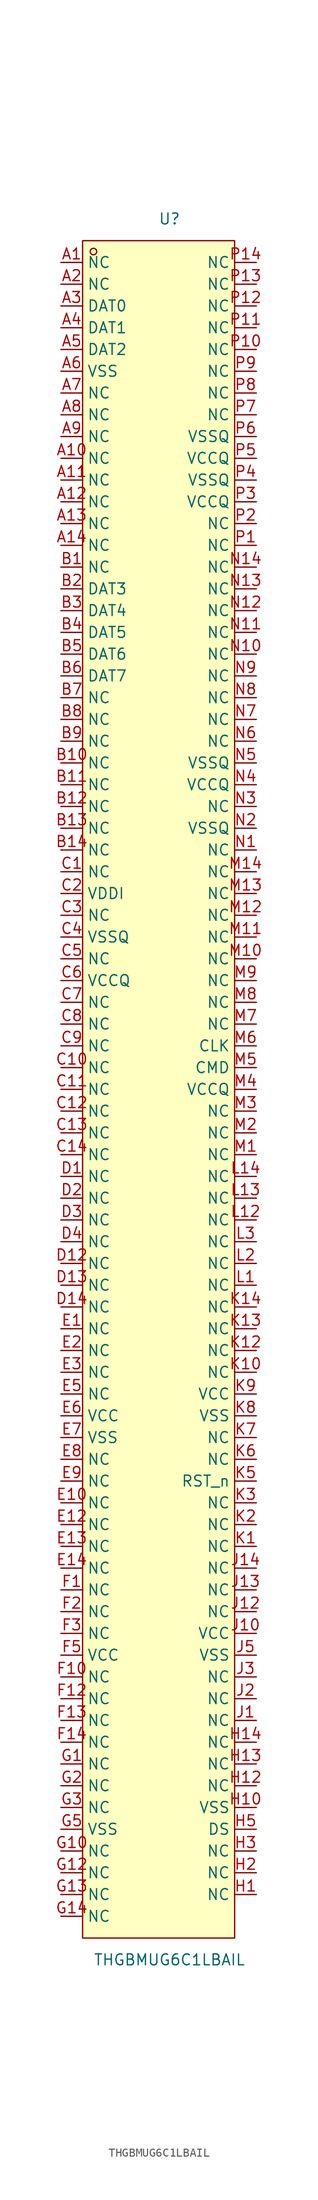
<source format=kicad_sym>
(kicad_symbol_lib
  (version 20211014)
  (generator https://github.com/uPesy/easyeda2kicad.py)
  (symbol "THGBMUG6C1LBAIL"
    (property "Reference" "U"
      (at 0 101.60 0)
      (effects (font (size 1.27 1.27))))
    (property "Value" "THGBMUG6C1LBAIL"
      (at 0 -101.60 0)
      (effects (font (size 1.27 1.27))))
    (symbol "THGBMUG6C1LBAIL_0_1"
      (rectangle (start -10.16 99.06) (end 7.62 -99.06) (stroke (width 0) (type default) (color 0 0 0 0)) (fill (type background)))
      (circle (center -8.89 97.79) (radius 0.38) (stroke (width 0) (type default) (color 0 0 0 0)) (fill (type none)))
      (pin unspecified line (at 10.16 96.52 180) (length 2.54) (name "NC" (effects (font (size 1.27 1.27)))) (number "P14" (effects (font (size 1.27 1.27)))))
      (pin unspecified line (at 10.16 93.98 180) (length 2.54) (name "NC" (effects (font (size 1.27 1.27)))) (number "P13" (effects (font (size 1.27 1.27)))))
      (pin unspecified line (at 10.16 91.44 180) (length 2.54) (name "NC" (effects (font (size 1.27 1.27)))) (number "P12" (effects (font (size 1.27 1.27)))))
      (pin unspecified line (at 10.16 88.90 180) (length 2.54) (name "NC" (effects (font (size 1.27 1.27)))) (number "P11" (effects (font (size 1.27 1.27)))))
      (pin unspecified line (at 10.16 86.36 180) (length 2.54) (name "NC" (effects (font (size 1.27 1.27)))) (number "P10" (effects (font (size 1.27 1.27)))))
      (pin unspecified line (at 10.16 83.82 180) (length 2.54) (name "NC" (effects (font (size 1.27 1.27)))) (number "P9" (effects (font (size 1.27 1.27)))))
      (pin unspecified line (at 10.16 81.28 180) (length 2.54) (name "NC" (effects (font (size 1.27 1.27)))) (number "P8" (effects (font (size 1.27 1.27)))))
      (pin unspecified line (at 10.16 78.74 180) (length 2.54) (name "NC" (effects (font (size 1.27 1.27)))) (number "P7" (effects (font (size 1.27 1.27)))))
      (pin unspecified line (at 10.16 76.20 180) (length 2.54) (name "VSSQ" (effects (font (size 1.27 1.27)))) (number "P6" (effects (font (size 1.27 1.27)))))
      (pin unspecified line (at 10.16 73.66 180) (length 2.54) (name "VCCQ" (effects (font (size 1.27 1.27)))) (number "P5" (effects (font (size 1.27 1.27)))))
      (pin unspecified line (at 10.16 71.12 180) (length 2.54) (name "VSSQ" (effects (font (size 1.27 1.27)))) (number "P4" (effects (font (size 1.27 1.27)))))
      (pin unspecified line (at 10.16 68.58 180) (length 2.54) (name "VCCQ" (effects (font (size 1.27 1.27)))) (number "P3" (effects (font (size 1.27 1.27)))))
      (pin unspecified line (at 10.16 66.04 180) (length 2.54) (name "NC" (effects (font (size 1.27 1.27)))) (number "P2" (effects (font (size 1.27 1.27)))))
      (pin unspecified line (at 10.16 63.50 180) (length 2.54) (name "NC" (effects (font (size 1.27 1.27)))) (number "P1" (effects (font (size 1.27 1.27)))))
      (pin unspecified line (at 10.16 60.96 180) (length 2.54) (name "NC" (effects (font (size 1.27 1.27)))) (number "N14" (effects (font (size 1.27 1.27)))))
      (pin unspecified line (at 10.16 58.42 180) (length 2.54) (name "NC" (effects (font (size 1.27 1.27)))) (number "N13" (effects (font (size 1.27 1.27)))))
      (pin unspecified line (at 10.16 55.88 180) (length 2.54) (name "NC" (effects (font (size 1.27 1.27)))) (number "N12" (effects (font (size 1.27 1.27)))))
      (pin unspecified line (at 10.16 53.34 180) (length 2.54) (name "NC" (effects (font (size 1.27 1.27)))) (number "N11" (effects (font (size 1.27 1.27)))))
      (pin unspecified line (at 10.16 50.80 180) (length 2.54) (name "NC" (effects (font (size 1.27 1.27)))) (number "N10" (effects (font (size 1.27 1.27)))))
      (pin unspecified line (at 10.16 48.26 180) (length 2.54) (name "NC" (effects (font (size 1.27 1.27)))) (number "N9" (effects (font (size 1.27 1.27)))))
      (pin unspecified line (at 10.16 45.72 180) (length 2.54) (name "NC" (effects (font (size 1.27 1.27)))) (number "N8" (effects (font (size 1.27 1.27)))))
      (pin unspecified line (at 10.16 43.18 180) (length 2.54) (name "NC" (effects (font (size 1.27 1.27)))) (number "N7" (effects (font (size 1.27 1.27)))))
      (pin unspecified line (at 10.16 40.64 180) (length 2.54) (name "NC" (effects (font (size 1.27 1.27)))) (number "N6" (effects (font (size 1.27 1.27)))))
      (pin unspecified line (at 10.16 38.10 180) (length 2.54) (name "VSSQ" (effects (font (size 1.27 1.27)))) (number "N5" (effects (font (size 1.27 1.27)))))
      (pin unspecified line (at 10.16 35.56 180) (length 2.54) (name "VCCQ" (effects (font (size 1.27 1.27)))) (number "N4" (effects (font (size 1.27 1.27)))))
      (pin unspecified line (at 10.16 33.02 180) (length 2.54) (name "NC" (effects (font (size 1.27 1.27)))) (number "N3" (effects (font (size 1.27 1.27)))))
      (pin unspecified line (at 10.16 30.48 180) (length 2.54) (name "VSSQ" (effects (font (size 1.27 1.27)))) (number "N2" (effects (font (size 1.27 1.27)))))
      (pin unspecified line (at 10.16 27.94 180) (length 2.54) (name "NC" (effects (font (size 1.27 1.27)))) (number "N1" (effects (font (size 1.27 1.27)))))
      (pin unspecified line (at 10.16 25.40 180) (length 2.54) (name "NC" (effects (font (size 1.27 1.27)))) (number "M14" (effects (font (size 1.27 1.27)))))
      (pin unspecified line (at 10.16 22.86 180) (length 2.54) (name "NC" (effects (font (size 1.27 1.27)))) (number "M13" (effects (font (size 1.27 1.27)))))
      (pin unspecified line (at 10.16 20.32 180) (length 2.54) (name "NC" (effects (font (size 1.27 1.27)))) (number "M12" (effects (font (size 1.27 1.27)))))
      (pin unspecified line (at 10.16 17.78 180) (length 2.54) (name "NC" (effects (font (size 1.27 1.27)))) (number "M11" (effects (font (size 1.27 1.27)))))
      (pin unspecified line (at 10.16 15.24 180) (length 2.54) (name "NC" (effects (font (size 1.27 1.27)))) (number "M10" (effects (font (size 1.27 1.27)))))
      (pin unspecified line (at 10.16 12.70 180) (length 2.54) (name "NC" (effects (font (size 1.27 1.27)))) (number "M9" (effects (font (size 1.27 1.27)))))
      (pin unspecified line (at 10.16 10.16 180) (length 2.54) (name "NC" (effects (font (size 1.27 1.27)))) (number "M8" (effects (font (size 1.27 1.27)))))
      (pin unspecified line (at 10.16 7.62 180) (length 2.54) (name "NC" (effects (font (size 1.27 1.27)))) (number "M7" (effects (font (size 1.27 1.27)))))
      (pin unspecified line (at 10.16 5.08 180) (length 2.54) (name "CLK" (effects (font (size 1.27 1.27)))) (number "M6" (effects (font (size 1.27 1.27)))))
      (pin unspecified line (at 10.16 2.54 180) (length 2.54) (name "CMD" (effects (font (size 1.27 1.27)))) (number "M5" (effects (font (size 1.27 1.27)))))
      (pin unspecified line (at 10.16 -0.00 180) (length 2.54) (name "VCCQ" (effects (font (size 1.27 1.27)))) (number "M4" (effects (font (size 1.27 1.27)))))
      (pin unspecified line (at 10.16 -2.54 180) (length 2.54) (name "NC" (effects (font (size 1.27 1.27)))) (number "M3" (effects (font (size 1.27 1.27)))))
      (pin unspecified line (at 10.16 -5.08 180) (length 2.54) (name "NC" (effects (font (size 1.27 1.27)))) (number "M2" (effects (font (size 1.27 1.27)))))
      (pin unspecified line (at 10.16 -7.62 180) (length 2.54) (name "NC" (effects (font (size 1.27 1.27)))) (number "M1" (effects (font (size 1.27 1.27)))))
      (pin unspecified line (at 10.16 -10.16 180) (length 2.54) (name "NC" (effects (font (size 1.27 1.27)))) (number "L14" (effects (font (size 1.27 1.27)))))
      (pin unspecified line (at 10.16 -12.70 180) (length 2.54) (name "NC" (effects (font (size 1.27 1.27)))) (number "L13" (effects (font (size 1.27 1.27)))))
      (pin unspecified line (at 10.16 -15.24 180) (length 2.54) (name "NC" (effects (font (size 1.27 1.27)))) (number "L12" (effects (font (size 1.27 1.27)))))
      (pin unspecified line (at 10.16 -17.78 180) (length 2.54) (name "NC" (effects (font (size 1.27 1.27)))) (number "L3" (effects (font (size 1.27 1.27)))))
      (pin unspecified line (at 10.16 -20.32 180) (length 2.54) (name "NC" (effects (font (size 1.27 1.27)))) (number "L2" (effects (font (size 1.27 1.27)))))
      (pin unspecified line (at 10.16 -22.86 180) (length 2.54) (name "NC" (effects (font (size 1.27 1.27)))) (number "L1" (effects (font (size 1.27 1.27)))))
      (pin unspecified line (at 10.16 -25.40 180) (length 2.54) (name "NC" (effects (font (size 1.27 1.27)))) (number "K14" (effects (font (size 1.27 1.27)))))
      (pin unspecified line (at 10.16 -27.94 180) (length 2.54) (name "NC" (effects (font (size 1.27 1.27)))) (number "K13" (effects (font (size 1.27 1.27)))))
      (pin unspecified line (at 10.16 -30.48 180) (length 2.54) (name "NC" (effects (font (size 1.27 1.27)))) (number "K12" (effects (font (size 1.27 1.27)))))
      (pin unspecified line (at 10.16 -33.02 180) (length 2.54) (name "NC" (effects (font (size 1.27 1.27)))) (number "K10" (effects (font (size 1.27 1.27)))))
      (pin unspecified line (at 10.16 -35.56 180) (length 2.54) (name "VCC" (effects (font (size 1.27 1.27)))) (number "K9" (effects (font (size 1.27 1.27)))))
      (pin unspecified line (at 10.16 -38.10 180) (length 2.54) (name "VSS" (effects (font (size 1.27 1.27)))) (number "K8" (effects (font (size 1.27 1.27)))))
      (pin unspecified line (at 10.16 -40.64 180) (length 2.54) (name "NC" (effects (font (size 1.27 1.27)))) (number "K7" (effects (font (size 1.27 1.27)))))
      (pin unspecified line (at 10.16 -43.18 180) (length 2.54) (name "NC" (effects (font (size 1.27 1.27)))) (number "K6" (effects (font (size 1.27 1.27)))))
      (pin unspecified line (at 10.16 -45.72 180) (length 2.54) (name "RST_n" (effects (font (size 1.27 1.27)))) (number "K5" (effects (font (size 1.27 1.27)))))
      (pin unspecified line (at 10.16 -48.26 180) (length 2.54) (name "NC" (effects (font (size 1.27 1.27)))) (number "K3" (effects (font (size 1.27 1.27)))))
      (pin unspecified line (at 10.16 -50.80 180) (length 2.54) (name "NC" (effects (font (size 1.27 1.27)))) (number "K2" (effects (font (size 1.27 1.27)))))
      (pin unspecified line (at 10.16 -53.34 180) (length 2.54) (name "NC" (effects (font (size 1.27 1.27)))) (number "K1" (effects (font (size 1.27 1.27)))))
      (pin unspecified line (at 10.16 -55.88 180) (length 2.54) (name "NC" (effects (font (size 1.27 1.27)))) (number "J14" (effects (font (size 1.27 1.27)))))
      (pin unspecified line (at 10.16 -58.42 180) (length 2.54) (name "NC" (effects (font (size 1.27 1.27)))) (number "J13" (effects (font (size 1.27 1.27)))))
      (pin unspecified line (at 10.16 -60.96 180) (length 2.54) (name "NC" (effects (font (size 1.27 1.27)))) (number "J12" (effects (font (size 1.27 1.27)))))
      (pin unspecified line (at 10.16 -63.50 180) (length 2.54) (name "VCC" (effects (font (size 1.27 1.27)))) (number "J10" (effects (font (size 1.27 1.27)))))
      (pin unspecified line (at 10.16 -66.04 180) (length 2.54) (name "VSS" (effects (font (size 1.27 1.27)))) (number "J5" (effects (font (size 1.27 1.27)))))
      (pin unspecified line (at 10.16 -68.58 180) (length 2.54) (name "NC" (effects (font (size 1.27 1.27)))) (number "J3" (effects (font (size 1.27 1.27)))))
      (pin unspecified line (at 10.16 -71.12 180) (length 2.54) (name "NC" (effects (font (size 1.27 1.27)))) (number "J2" (effects (font (size 1.27 1.27)))))
      (pin unspecified line (at 10.16 -73.66 180) (length 2.54) (name "NC" (effects (font (size 1.27 1.27)))) (number "J1" (effects (font (size 1.27 1.27)))))
      (pin unspecified line (at 10.16 -76.20 180) (length 2.54) (name "NC" (effects (font (size 1.27 1.27)))) (number "H14" (effects (font (size 1.27 1.27)))))
      (pin unspecified line (at 10.16 -78.74 180) (length 2.54) (name "NC" (effects (font (size 1.27 1.27)))) (number "H13" (effects (font (size 1.27 1.27)))))
      (pin unspecified line (at 10.16 -81.28 180) (length 2.54) (name "NC" (effects (font (size 1.27 1.27)))) (number "H12" (effects (font (size 1.27 1.27)))))
      (pin unspecified line (at 10.16 -83.82 180) (length 2.54) (name "VSS" (effects (font (size 1.27 1.27)))) (number "H10" (effects (font (size 1.27 1.27)))))
      (pin unspecified line (at 10.16 -86.36 180) (length 2.54) (name "DS" (effects (font (size 1.27 1.27)))) (number "H5" (effects (font (size 1.27 1.27)))))
      (pin unspecified line (at 10.16 -88.90 180) (length 2.54) (name "NC" (effects (font (size 1.27 1.27)))) (number "H3" (effects (font (size 1.27 1.27)))))
      (pin unspecified line (at 10.16 -91.44 180) (length 2.54) (name "NC" (effects (font (size 1.27 1.27)))) (number "H2" (effects (font (size 1.27 1.27)))))
      (pin unspecified line (at 10.16 -93.98 180) (length 2.54) (name "NC" (effects (font (size 1.27 1.27)))) (number "H1" (effects (font (size 1.27 1.27)))))
      (pin unspecified line (at -12.70 -96.52 0) (length 2.54) (name "NC" (effects (font (size 1.27 1.27)))) (number "G14" (effects (font (size 1.27 1.27)))))
      (pin unspecified line (at -12.70 -93.98 0) (length 2.54) (name "NC" (effects (font (size 1.27 1.27)))) (number "G13" (effects (font (size 1.27 1.27)))))
      (pin unspecified line (at -12.70 -91.44 0) (length 2.54) (name "NC" (effects (font (size 1.27 1.27)))) (number "G12" (effects (font (size 1.27 1.27)))))
      (pin unspecified line (at -12.70 -88.90 0) (length 2.54) (name "NC" (effects (font (size 1.27 1.27)))) (number "G10" (effects (font (size 1.27 1.27)))))
      (pin unspecified line (at -12.70 -86.36 0) (length 2.54) (name "VSS" (effects (font (size 1.27 1.27)))) (number "G5" (effects (font (size 1.27 1.27)))))
      (pin unspecified line (at -12.70 -83.82 0) (length 2.54) (name "NC" (effects (font (size 1.27 1.27)))) (number "G3" (effects (font (size 1.27 1.27)))))
      (pin unspecified line (at -12.70 -81.28 0) (length 2.54) (name "NC" (effects (font (size 1.27 1.27)))) (number "G2" (effects (font (size 1.27 1.27)))))
      (pin unspecified line (at -12.70 -78.74 0) (length 2.54) (name "NC" (effects (font (size 1.27 1.27)))) (number "G1" (effects (font (size 1.27 1.27)))))
      (pin unspecified line (at -12.70 -76.20 0) (length 2.54) (name "NC" (effects (font (size 1.27 1.27)))) (number "F14" (effects (font (size 1.27 1.27)))))
      (pin unspecified line (at -12.70 -73.66 0) (length 2.54) (name "NC" (effects (font (size 1.27 1.27)))) (number "F13" (effects (font (size 1.27 1.27)))))
      (pin unspecified line (at -12.70 -71.12 0) (length 2.54) (name "NC" (effects (font (size 1.27 1.27)))) (number "F12" (effects (font (size 1.27 1.27)))))
      (pin unspecified line (at -12.70 -68.58 0) (length 2.54) (name "NC" (effects (font (size 1.27 1.27)))) (number "F10" (effects (font (size 1.27 1.27)))))
      (pin unspecified line (at -12.70 -66.04 0) (length 2.54) (name "VCC" (effects (font (size 1.27 1.27)))) (number "F5" (effects (font (size 1.27 1.27)))))
      (pin unspecified line (at -12.70 -63.50 0) (length 2.54) (name "NC" (effects (font (size 1.27 1.27)))) (number "F3" (effects (font (size 1.27 1.27)))))
      (pin unspecified line (at -12.70 -60.96 0) (length 2.54) (name "NC" (effects (font (size 1.27 1.27)))) (number "F2" (effects (font (size 1.27 1.27)))))
      (pin unspecified line (at -12.70 -58.42 0) (length 2.54) (name "NC" (effects (font (size 1.27 1.27)))) (number "F1" (effects (font (size 1.27 1.27)))))
      (pin unspecified line (at -12.70 -55.88 0) (length 2.54) (name "NC" (effects (font (size 1.27 1.27)))) (number "E14" (effects (font (size 1.27 1.27)))))
      (pin unspecified line (at -12.70 -53.34 0) (length 2.54) (name "NC" (effects (font (size 1.27 1.27)))) (number "E13" (effects (font (size 1.27 1.27)))))
      (pin unspecified line (at -12.70 -50.80 0) (length 2.54) (name "NC" (effects (font (size 1.27 1.27)))) (number "E12" (effects (font (size 1.27 1.27)))))
      (pin unspecified line (at -12.70 -48.26 0) (length 2.54) (name "NC" (effects (font (size 1.27 1.27)))) (number "E10" (effects (font (size 1.27 1.27)))))
      (pin unspecified line (at -12.70 -45.72 0) (length 2.54) (name "NC" (effects (font (size 1.27 1.27)))) (number "E9" (effects (font (size 1.27 1.27)))))
      (pin unspecified line (at -12.70 -43.18 0) (length 2.54) (name "NC" (effects (font (size 1.27 1.27)))) (number "E8" (effects (font (size 1.27 1.27)))))
      (pin unspecified line (at -12.70 -40.64 0) (length 2.54) (name "VSS" (effects (font (size 1.27 1.27)))) (number "E7" (effects (font (size 1.27 1.27)))))
      (pin unspecified line (at -12.70 -38.10 0) (length 2.54) (name "VCC" (effects (font (size 1.27 1.27)))) (number "E6" (effects (font (size 1.27 1.27)))))
      (pin unspecified line (at -12.70 -35.56 0) (length 2.54) (name "NC" (effects (font (size 1.27 1.27)))) (number "E5" (effects (font (size 1.27 1.27)))))
      (pin unspecified line (at -12.70 -33.02 0) (length 2.54) (name "NC" (effects (font (size 1.27 1.27)))) (number "E3" (effects (font (size 1.27 1.27)))))
      (pin unspecified line (at -12.70 -30.48 0) (length 2.54) (name "NC" (effects (font (size 1.27 1.27)))) (number "E2" (effects (font (size 1.27 1.27)))))
      (pin unspecified line (at -12.70 -27.94 0) (length 2.54) (name "NC" (effects (font (size 1.27 1.27)))) (number "E1" (effects (font (size 1.27 1.27)))))
      (pin unspecified line (at -12.70 -25.40 0) (length 2.54) (name "NC" (effects (font (size 1.27 1.27)))) (number "D14" (effects (font (size 1.27 1.27)))))
      (pin unspecified line (at -12.70 -22.86 0) (length 2.54) (name "NC" (effects (font (size 1.27 1.27)))) (number "D13" (effects (font (size 1.27 1.27)))))
      (pin unspecified line (at -12.70 -20.32 0) (length 2.54) (name "NC" (effects (font (size 1.27 1.27)))) (number "D12" (effects (font (size 1.27 1.27)))))
      (pin unspecified line (at -12.70 -17.78 0) (length 2.54) (name "NC" (effects (font (size 1.27 1.27)))) (number "D4" (effects (font (size 1.27 1.27)))))
      (pin unspecified line (at -12.70 -15.24 0) (length 2.54) (name "NC" (effects (font (size 1.27 1.27)))) (number "D3" (effects (font (size 1.27 1.27)))))
      (pin unspecified line (at -12.70 -12.70 0) (length 2.54) (name "NC" (effects (font (size 1.27 1.27)))) (number "D2" (effects (font (size 1.27 1.27)))))
      (pin unspecified line (at -12.70 -10.16 0) (length 2.54) (name "NC" (effects (font (size 1.27 1.27)))) (number "D1" (effects (font (size 1.27 1.27)))))
      (pin unspecified line (at -12.70 -7.62 0) (length 2.54) (name "NC" (effects (font (size 1.27 1.27)))) (number "C14" (effects (font (size 1.27 1.27)))))
      (pin unspecified line (at -12.70 -5.08 0) (length 2.54) (name "NC" (effects (font (size 1.27 1.27)))) (number "C13" (effects (font (size 1.27 1.27)))))
      (pin unspecified line (at -12.70 -2.54 0) (length 2.54) (name "NC" (effects (font (size 1.27 1.27)))) (number "C12" (effects (font (size 1.27 1.27)))))
      (pin unspecified line (at -12.70 -0.00 0) (length 2.54) (name "NC" (effects (font (size 1.27 1.27)))) (number "C11" (effects (font (size 1.27 1.27)))))
      (pin unspecified line (at -12.70 2.54 0) (length 2.54) (name "NC" (effects (font (size 1.27 1.27)))) (number "C10" (effects (font (size 1.27 1.27)))))
      (pin unspecified line (at -12.70 5.08 0) (length 2.54) (name "NC" (effects (font (size 1.27 1.27)))) (number "C9" (effects (font (size 1.27 1.27)))))
      (pin unspecified line (at -12.70 7.62 0) (length 2.54) (name "NC" (effects (font (size 1.27 1.27)))) (number "C8" (effects (font (size 1.27 1.27)))))
      (pin unspecified line (at -12.70 10.16 0) (length 2.54) (name "NC" (effects (font (size 1.27 1.27)))) (number "C7" (effects (font (size 1.27 1.27)))))
      (pin unspecified line (at -12.70 12.70 0) (length 2.54) (name "VCCQ" (effects (font (size 1.27 1.27)))) (number "C6" (effects (font (size 1.27 1.27)))))
      (pin unspecified line (at -12.70 15.24 0) (length 2.54) (name "NC" (effects (font (size 1.27 1.27)))) (number "C5" (effects (font (size 1.27 1.27)))))
      (pin unspecified line (at -12.70 17.78 0) (length 2.54) (name "VSSQ" (effects (font (size 1.27 1.27)))) (number "C4" (effects (font (size 1.27 1.27)))))
      (pin unspecified line (at -12.70 20.32 0) (length 2.54) (name "NC" (effects (font (size 1.27 1.27)))) (number "C3" (effects (font (size 1.27 1.27)))))
      (pin unspecified line (at -12.70 22.86 0) (length 2.54) (name "VDDI" (effects (font (size 1.27 1.27)))) (number "C2" (effects (font (size 1.27 1.27)))))
      (pin unspecified line (at -12.70 25.40 0) (length 2.54) (name "NC" (effects (font (size 1.27 1.27)))) (number "C1" (effects (font (size 1.27 1.27)))))
      (pin unspecified line (at -12.70 27.94 0) (length 2.54) (name "NC" (effects (font (size 1.27 1.27)))) (number "B14" (effects (font (size 1.27 1.27)))))
      (pin unspecified line (at -12.70 30.48 0) (length 2.54) (name "NC" (effects (font (size 1.27 1.27)))) (number "B13" (effects (font (size 1.27 1.27)))))
      (pin unspecified line (at -12.70 33.02 0) (length 2.54) (name "NC" (effects (font (size 1.27 1.27)))) (number "B12" (effects (font (size 1.27 1.27)))))
      (pin unspecified line (at -12.70 35.56 0) (length 2.54) (name "NC" (effects (font (size 1.27 1.27)))) (number "B11" (effects (font (size 1.27 1.27)))))
      (pin unspecified line (at -12.70 38.10 0) (length 2.54) (name "NC" (effects (font (size 1.27 1.27)))) (number "B10" (effects (font (size 1.27 1.27)))))
      (pin unspecified line (at -12.70 40.64 0) (length 2.54) (name "NC" (effects (font (size 1.27 1.27)))) (number "B9" (effects (font (size 1.27 1.27)))))
      (pin unspecified line (at -12.70 43.18 0) (length 2.54) (name "NC" (effects (font (size 1.27 1.27)))) (number "B8" (effects (font (size 1.27 1.27)))))
      (pin unspecified line (at -12.70 45.72 0) (length 2.54) (name "NC" (effects (font (size 1.27 1.27)))) (number "B7" (effects (font (size 1.27 1.27)))))
      (pin unspecified line (at -12.70 48.26 0) (length 2.54) (name "DAT7" (effects (font (size 1.27 1.27)))) (number "B6" (effects (font (size 1.27 1.27)))))
      (pin unspecified line (at -12.70 50.80 0) (length 2.54) (name "DAT6" (effects (font (size 1.27 1.27)))) (number "B5" (effects (font (size 1.27 1.27)))))
      (pin unspecified line (at -12.70 53.34 0) (length 2.54) (name "DAT5" (effects (font (size 1.27 1.27)))) (number "B4" (effects (font (size 1.27 1.27)))))
      (pin unspecified line (at -12.70 55.88 0) (length 2.54) (name "DAT4" (effects (font (size 1.27 1.27)))) (number "B3" (effects (font (size 1.27 1.27)))))
      (pin unspecified line (at -12.70 58.42 0) (length 2.54) (name "DAT3" (effects (font (size 1.27 1.27)))) (number "B2" (effects (font (size 1.27 1.27)))))
      (pin unspecified line (at -12.70 60.96 0) (length 2.54) (name "NC" (effects (font (size 1.27 1.27)))) (number "B1" (effects (font (size 1.27 1.27)))))
      (pin unspecified line (at -12.70 63.50 0) (length 2.54) (name "NC" (effects (font (size 1.27 1.27)))) (number "A14" (effects (font (size 1.27 1.27)))))
      (pin unspecified line (at -12.70 66.04 0) (length 2.54) (name "NC" (effects (font (size 1.27 1.27)))) (number "A13" (effects (font (size 1.27 1.27)))))
      (pin unspecified line (at -12.70 68.58 0) (length 2.54) (name "NC" (effects (font (size 1.27 1.27)))) (number "A12" (effects (font (size 1.27 1.27)))))
      (pin unspecified line (at -12.70 71.12 0) (length 2.54) (name "NC" (effects (font (size 1.27 1.27)))) (number "A11" (effects (font (size 1.27 1.27)))))
      (pin unspecified line (at -12.70 73.66 0) (length 2.54) (name "NC" (effects (font (size 1.27 1.27)))) (number "A10" (effects (font (size 1.27 1.27)))))
      (pin unspecified line (at -12.70 76.20 0) (length 2.54) (name "NC" (effects (font (size 1.27 1.27)))) (number "A9" (effects (font (size 1.27 1.27)))))
      (pin unspecified line (at -12.70 78.74 0) (length 2.54) (name "NC" (effects (font (size 1.27 1.27)))) (number "A8" (effects (font (size 1.27 1.27)))))
      (pin unspecified line (at -12.70 81.28 0) (length 2.54) (name "NC" (effects (font (size 1.27 1.27)))) (number "A7" (effects (font (size 1.27 1.27)))))
      (pin unspecified line (at -12.70 83.82 0) (length 2.54) (name "VSS" (effects (font (size 1.27 1.27)))) (number "A6" (effects (font (size 1.27 1.27)))))
      (pin unspecified line (at -12.70 86.36 0) (length 2.54) (name "DAT2" (effects (font (size 1.27 1.27)))) (number "A5" (effects (font (size 1.27 1.27)))))
      (pin unspecified line (at -12.70 88.90 0) (length 2.54) (name "DAT1" (effects (font (size 1.27 1.27)))) (number "A4" (effects (font (size 1.27 1.27)))))
      (pin unspecified line (at -12.70 91.44 0) (length 2.54) (name "DAT0" (effects (font (size 1.27 1.27)))) (number "A3" (effects (font (size 1.27 1.27)))))
      (pin unspecified line (at -12.70 93.98 0) (length 2.54) (name "NC" (effects (font (size 1.27 1.27)))) (number "A2" (effects (font (size 1.27 1.27)))))
      (pin unspecified line (at -12.70 96.52 0) (length 2.54) (name "NC" (effects (font (size 1.27 1.27)))) (number "A1" (effects (font (size 1.27 1.27))))))))
</source>
